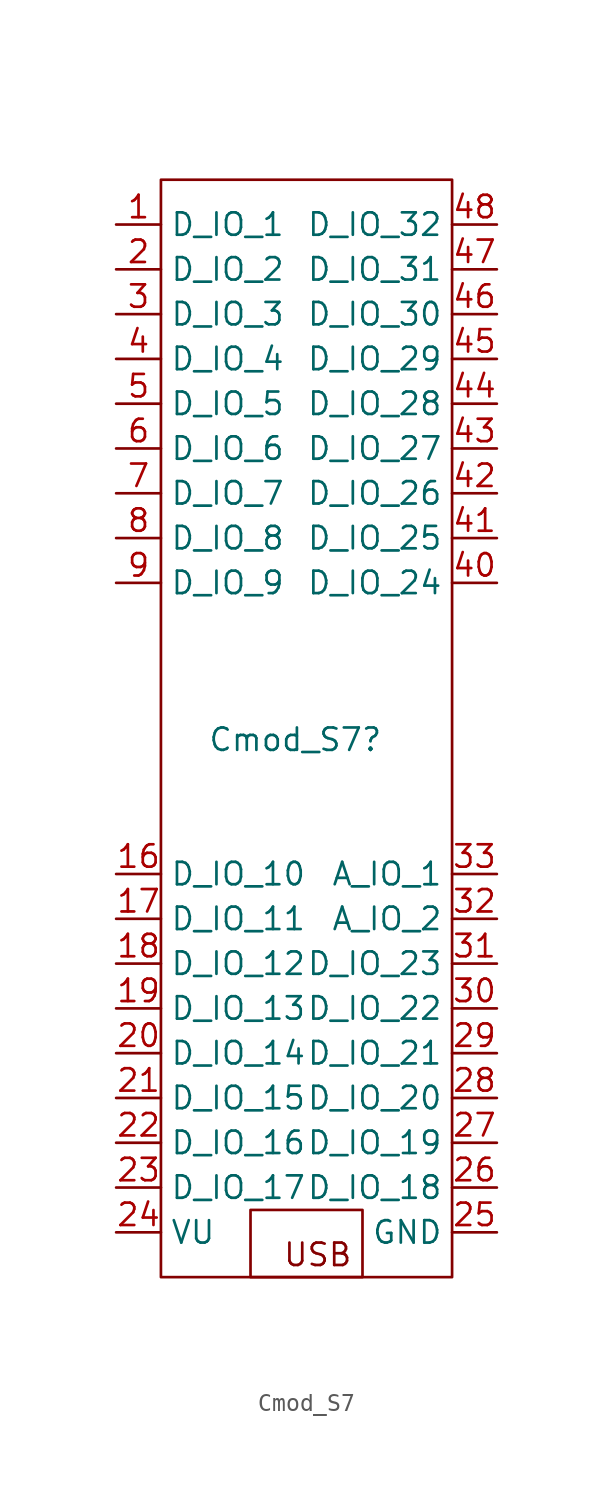
<source format=kicad_sym>
(kicad_symbol_lib
  (version 20220914)
  (generator kicad_symbol_editor)
  (symbol "Cmod_S7"
    (property "Reference" "Cmod_S7"
      (at 0 6.35 0)
      (effects (font (size 1.27 1.27))))
    (property "Value" ""
      (at 0 6.35 0)
      (effects (font (size 1.27 1.27))))
    (symbol "Cmod_S7_0_1"
      (rectangle (start -7.62 38.1) (end 8.89 -24.13) (stroke (width 0) (type default)) (fill (type none)))
      (rectangle (start -2.54 -20.32) (end 3.81 -24.13) (stroke (width 0) (type default)) (fill (type none)))
      (text "USB" (at 1.27 -22.86 0) (effects (font (size 1.27 1.27)))))
    (symbol "Cmod_S7_1_1"
      (pin bidirectional line (at -10.16 35.56 0) (length 2.54) (name "D_IO_1" (effects (font (size 1.27 1.27)))) (number "1" (effects (font (size 1.27 1.27)))))
      (pin bidirectional line (at -10.16 -1.27 0) (length 2.54) (name "D_IO_10" (effects (font (size 1.27 1.27)))) (number "16" (effects (font (size 1.27 1.27)))))
      (pin bidirectional line (at -10.16 -3.81 0) (length 2.54) (name "D_IO_11" (effects (font (size 1.27 1.27)))) (number "17" (effects (font (size 1.27 1.27)))))
      (pin bidirectional line (at -10.16 -6.35 0) (length 2.54) (name "D_IO_12" (effects (font (size 1.27 1.27)))) (number "18" (effects (font (size 1.27 1.27)))))
      (pin bidirectional line (at -10.16 -8.89 0) (length 2.54) (name "D_IO_13" (effects (font (size 1.27 1.27)))) (number "19" (effects (font (size 1.27 1.27)))))
      (pin bidirectional line (at -10.16 33.02 0) (length 2.54) (name "D_IO_2" (effects (font (size 1.27 1.27)))) (number "2" (effects (font (size 1.27 1.27)))))
      (pin bidirectional line (at -10.16 -11.43 0) (length 2.54) (name "D_IO_14" (effects (font (size 1.27 1.27)))) (number "20" (effects (font (size 1.27 1.27)))))
      (pin bidirectional line (at -10.16 -13.97 0) (length 2.54) (name "D_IO_15" (effects (font (size 1.27 1.27)))) (number "21" (effects (font (size 1.27 1.27)))))
      (pin bidirectional line (at -10.16 -16.51 0) (length 2.54) (name "D_IO_16" (effects (font (size 1.27 1.27)))) (number "22" (effects (font (size 1.27 1.27)))))
      (pin bidirectional line (at -10.16 -19.05 0) (length 2.54) (name "D_IO_17" (effects (font (size 1.27 1.27)))) (number "23" (effects (font (size 1.27 1.27)))))
      (pin power_in line (at -10.16 -21.59 0) (length 2.54) (name "VU" (effects (font (size 1.27 1.27)))) (number "24" (effects (font (size 1.27 1.27)))))
      (pin power_in line (at 11.43 -21.59 180) (length 2.54) (name "GND" (effects (font (size 1.27 1.27)))) (number "25" (effects (font (size 1.27 1.27)))))
      (pin bidirectional line (at 11.43 -19.05 180) (length 2.54) (name "D_IO_18" (effects (font (size 1.27 1.27)))) (number "26" (effects (font (size 1.27 1.27)))))
      (pin bidirectional line (at 11.43 -16.51 180) (length 2.54) (name "D_IO_19" (effects (font (size 1.27 1.27)))) (number "27" (effects (font (size 1.27 1.27)))))
      (pin bidirectional line (at 11.43 -13.97 180) (length 2.54) (name "D_IO_20" (effects (font (size 1.27 1.27)))) (number "28" (effects (font (size 1.27 1.27)))))
      (pin bidirectional line (at 11.43 -11.43 180) (length 2.54) (name "D_IO_21" (effects (font (size 1.27 1.27)))) (number "29" (effects (font (size 1.27 1.27)))))
      (pin bidirectional line (at -10.16 30.48 0) (length 2.54) (name "D_IO_3" (effects (font (size 1.27 1.27)))) (number "3" (effects (font (size 1.27 1.27)))))
      (pin bidirectional line (at 11.43 -8.89 180) (length 2.54) (name "D_IO_22" (effects (font (size 1.27 1.27)))) (number "30" (effects (font (size 1.27 1.27)))))
      (pin bidirectional line (at 11.43 -6.35 180) (length 2.54) (name "D_IO_23" (effects (font (size 1.27 1.27)))) (number "31" (effects (font (size 1.27 1.27)))))
      (pin input line (at 11.43 -3.81 180) (length 2.54) (name "A_IO_2" (effects (font (size 1.27 1.27)))) (number "32" (effects (font (size 1.27 1.27)))))
      (pin input line (at 11.43 -1.27 180) (length 2.54) (name "A_IO_1" (effects (font (size 1.27 1.27)))) (number "33" (effects (font (size 1.27 1.27)))))
      (pin bidirectional line (at -10.16 27.94 0) (length 2.54) (name "D_IO_4" (effects (font (size 1.27 1.27)))) (number "4" (effects (font (size 1.27 1.27)))))
      (pin bidirectional line (at 11.43 15.24 180) (length 2.54) (name "D_IO_24" (effects (font (size 1.27 1.27)))) (number "40" (effects (font (size 1.27 1.27)))))
      (pin bidirectional line (at 11.43 17.78 180) (length 2.54) (name "D_IO_25" (effects (font (size 1.27 1.27)))) (number "41" (effects (font (size 1.27 1.27)))))
      (pin bidirectional line (at 11.43 20.32 180) (length 2.54) (name "D_IO_26" (effects (font (size 1.27 1.27)))) (number "42" (effects (font (size 1.27 1.27)))))
      (pin bidirectional line (at 11.43 22.86 180) (length 2.54) (name "D_IO_27" (effects (font (size 1.27 1.27)))) (number "43" (effects (font (size 1.27 1.27)))))
      (pin bidirectional line (at 11.43 25.4 180) (length 2.54) (name "D_IO_28" (effects (font (size 1.27 1.27)))) (number "44" (effects (font (size 1.27 1.27)))))
      (pin bidirectional line (at 11.43 27.94 180) (length 2.54) (name "D_IO_29" (effects (font (size 1.27 1.27)))) (number "45" (effects (font (size 1.27 1.27)))))
      (pin bidirectional line (at 11.43 30.48 180) (length 2.54) (name "D_IO_30" (effects (font (size 1.27 1.27)))) (number "46" (effects (font (size 1.27 1.27)))))
      (pin bidirectional line (at 11.43 33.02 180) (length 2.54) (name "D_IO_31" (effects (font (size 1.27 1.27)))) (number "47" (effects (font (size 1.27 1.27)))))
      (pin bidirectional line (at 11.43 35.56 180) (length 2.54) (name "D_IO_32" (effects (font (size 1.27 1.27)))) (number "48" (effects (font (size 1.27 1.27)))))
      (pin bidirectional line (at -10.16 25.4 0) (length 2.54) (name "D_IO_5" (effects (font (size 1.27 1.27)))) (number "5" (effects (font (size 1.27 1.27)))))
      (pin bidirectional line (at -10.16 22.86 0) (length 2.54) (name "D_IO_6" (effects (font (size 1.27 1.27)))) (number "6" (effects (font (size 1.27 1.27)))))
      (pin bidirectional line (at -10.16 20.32 0) (length 2.54) (name "D_IO_7" (effects (font (size 1.27 1.27)))) (number "7" (effects (font (size 1.27 1.27)))))
      (pin bidirectional line (at -10.16 17.78 0) (length 2.54) (name "D_IO_8" (effects (font (size 1.27 1.27)))) (number "8" (effects (font (size 1.27 1.27)))))
      (pin bidirectional line (at -10.16 15.24 0) (length 2.54) (name "D_IO_9" (effects (font (size 1.27 1.27)))) (number "9" (effects (font (size 1.27 1.27))))))))
</source>
